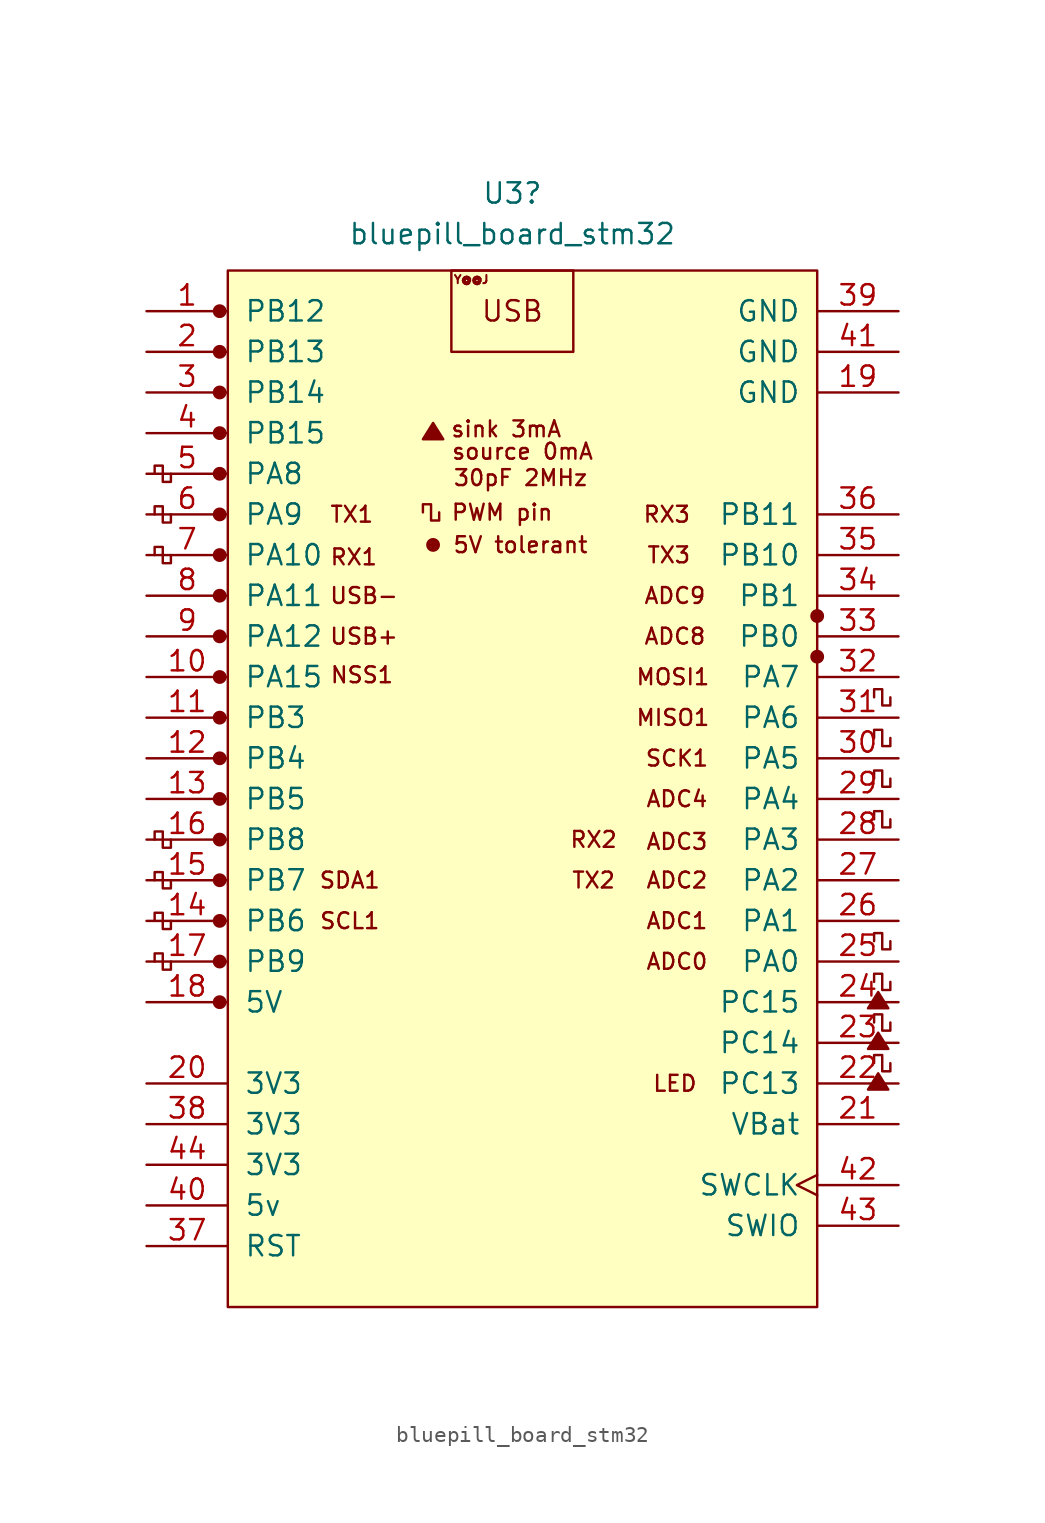
<source format=kicad_sym>
(kicad_symbol_lib
  (version 20211014)
  (generator kicad_symbol_editor)
  (symbol "bluepill_board_stm32"
    (pin_names
      (offset 1.016))
    (property "Reference" "U3"
      (at 0 30.226 0)
      (effects (font (size 1.27 1.27))))
    (property "Value" "bluepill_board_stm32"
      (at 0 27.686 0)
      (effects (font (size 1.27 1.27))))
    (symbol "bluepill_board_stm32_0_0"
      (circle (center -18.288 -20.32) (radius 0.356) (stroke (width 0) (type default) (color 0 0 0 0)) (fill (type outline)))
      (circle (center -18.288 -17.78) (radius 0.356) (stroke (width 0) (type default) (color 0 0 0 0)) (fill (type outline)))
      (circle (center -18.288 -15.24) (radius 0.356) (stroke (width 0) (type default) (color 0 0 0 0)) (fill (type outline)))
      (circle (center -18.288 -12.7) (radius 0.356) (stroke (width 0) (type default) (color 0 0 0 0)) (fill (type outline)))
      (circle (center -18.288 -10.16) (radius 0.356) (stroke (width 0) (type default) (color 0 0 0 0)) (fill (type outline)))
      (circle (center -18.288 -7.62) (radius 0.356) (stroke (width 0) (type default) (color 0 0 0 0)) (fill (type outline)))
      (circle (center -18.288 -5.08) (radius 0.356) (stroke (width 0) (type default) (color 0 0 0 0)) (fill (type outline)))
      (circle (center -18.288 -2.54) (radius 0.356) (stroke (width 0) (type default) (color 0 0 0 0)) (fill (type outline)))
      (circle (center -18.288 0) (radius 0.356) (stroke (width 0) (type default) (color 0 0 0 0)) (fill (type outline)))
      (circle (center -18.288 2.54) (radius 0.356) (stroke (width 0) (type default) (color 0 0 0 0)) (fill (type outline)))
      (circle (center -18.288 5.08) (radius 0.356) (stroke (width 0) (type default) (color 0 0 0 0)) (fill (type outline)))
      (circle (center -18.288 7.62) (radius 0.356) (stroke (width 0) (type default) (color 0 0 0 0)) (fill (type outline)))
      (circle (center -18.288 10.16) (radius 0.356) (stroke (width 0) (type default) (color 0 0 0 0)) (fill (type outline)))
      (circle (center -18.288 12.7) (radius 0.356) (stroke (width 0) (type default) (color 0 0 0 0)) (fill (type outline)))
      (circle (center -18.288 15.24) (radius 0.356) (stroke (width 0) (type default) (color 0 0 0 0)) (fill (type outline)))
      (circle (center -18.288 17.78) (radius 0.356) (stroke (width 0) (type default) (color 0 0 0 0)) (fill (type outline)))
      (circle (center -18.288 22.86) (radius 0.356) (stroke (width 0) (type default) (color 0 0 0 0)) (fill (type outline)))
      (circle (center -4.953 8.255) (radius 0.127) (stroke (width 0) (type default) (color 0 0 0 0)) (fill (type outline)))
      (circle (center -4.953 8.255) (radius 0.254) (stroke (width 0) (type default) (color 0 0 0 0)) (fill (type none)))
      (circle (center -4.953 8.255) (radius 0.356) (stroke (width 0) (type default) (color 0 0 0 0)) (fill (type none)))
      (polyline (pts (xy -5.588 14.859) (xy -4.953 15.875) (xy -4.318 14.859) (xy -5.588 14.859) (xy -4.953 15.748) (xy -4.445 14.859) (xy -5.461 14.986) (xy -4.953 15.621) (xy -4.572 14.859) (xy -5.334 15.113) (xy -4.826 15.494) (xy -4.699 14.859) (xy -5.207 15.24) (xy -4.699 15.367) (xy -4.826 14.986) (xy -5.08 15.24) (xy -4.826 15.113) (xy -4.953 15.367)) (stroke (width 0) (type default) (color 0 0 0 0)) (fill (type none)))
      (polyline (pts (xy 22.225 -25.781) (xy 22.86 -24.765) (xy 23.495 -25.781) (xy 22.225 -25.781) (xy 22.86 -24.892) (xy 23.368 -25.781) (xy 22.352 -25.654) (xy 22.86 -25.019) (xy 23.241 -25.781) (xy 22.479 -25.527) (xy 22.987 -25.146) (xy 23.114 -25.781) (xy 22.606 -25.4) (xy 23.114 -25.273) (xy 22.987 -25.654) (xy 22.733 -25.4) (xy 22.987 -25.527) (xy 22.86 -25.273)) (stroke (width 0) (type default) (color 0 0 0 0)) (fill (type none)))
      (polyline (pts (xy 22.225 -23.241) (xy 22.86 -22.225) (xy 23.495 -23.241) (xy 22.225 -23.241) (xy 22.86 -22.352) (xy 23.368 -23.241) (xy 22.352 -23.114) (xy 22.86 -22.479) (xy 23.241 -23.241) (xy 22.479 -22.987) (xy 22.987 -22.606) (xy 23.114 -23.241) (xy 22.606 -22.86) (xy 23.114 -22.733) (xy 22.987 -23.114) (xy 22.733 -22.86) (xy 22.987 -22.987) (xy 22.86 -22.733)) (stroke (width 0) (type default) (color 0 0 0 0)) (fill (type none)))
      (polyline (pts (xy 22.225 -20.701) (xy 22.86 -19.685) (xy 23.495 -20.701) (xy 22.225 -20.701) (xy 22.86 -19.812) (xy 23.368 -20.701) (xy 22.352 -20.574) (xy 22.86 -19.939) (xy 23.241 -20.701) (xy 22.479 -20.447) (xy 22.987 -20.066) (xy 23.114 -20.701) (xy 22.606 -20.32) (xy 23.114 -20.193) (xy 22.987 -20.574) (xy 22.733 -20.32) (xy 22.987 -20.447) (xy 22.86 -20.193)) (stroke (width 0) (type default) (color 0 0 0 0)) (fill (type none)))
      (circle (center 19.05 1.27) (radius 0.254) (stroke (width 0) (type default) (color 0 0 0 0)) (fill (type outline)))
      (circle (center 19.05 1.27) (radius 0.356) (stroke (width 0) (type default) (color 0 0 0 0)) (fill (type none)))
      (circle (center 19.05 3.81) (radius 0.254) (stroke (width 0) (type default) (color 0 0 0 0)) (fill (type outline)))
      (circle (center 19.05 3.81) (radius 0.356) (stroke (width 0) (type default) (color 0 0 0 0)) (fill (type none)))
      (text "30pF 2MHz" (at 0.508 12.446 0) (effects (font (size 0.991 0.991))))
      (text "5V tolerant" (at 0.508 8.255 0) (effects (font (size 0.991 0.991))))
      (text "ADC0" (at 10.287 -17.78 0) (effects (font (size 0.991 0.991))))
      (text "ADC1" (at 10.287 -15.24 0) (effects (font (size 0.991 0.991))))
      (text "ADC2" (at 10.287 -12.7 0) (effects (font (size 0.991 0.991))))
      (text "ADC3" (at 10.287 -10.287 0) (effects (font (size 0.991 0.991))))
      (text "ADC4" (at 10.287 -7.62 0) (effects (font (size 0.991 0.991))))
      (text "ADC8" (at 10.16 2.54 0) (effects (font (size 0.991 0.991))))
      (text "ADC9" (at 10.16 5.08 0) (effects (font (size 0.991 0.991))))
      (text "LED" (at 10.16 -25.4 0) (effects (font (size 0.991 0.991))))
      (text "MISO1" (at 10.033 -2.54 0) (effects (font (size 0.991 0.991))))
      (text "MOSI1" (at 10.033 0 0) (effects (font (size 0.991 0.991))))
      (text "NSS1" (at -9.398 0.127 0) (effects (font (size 0.991 0.991))))
      (text "PWM pin" (at -0.635 10.287 0) (effects (font (size 0.991 0.991))))
      (text "RX1" (at -9.906 7.493 0) (effects (font (size 0.991 0.991))))
      (text "RX2" (at 5.08 -10.16 0) (effects (font (size 0.991 0.991))))
      (text "RX3" (at 9.652 10.16 0) (effects (font (size 0.991 0.991))))
      (text "SCK1" (at 10.287 -5.08 0) (effects (font (size 0.991 0.991))))
      (text "SCL1" (at -10.16 -15.24 0) (effects (font (size 0.991 0.991))))
      (text "SDA1" (at -10.16 -12.7 0) (effects (font (size 0.991 0.991))))
      (text "sink 3mA" (at -0.381 15.494 0) (effects (font (size 0.991 0.991))))
      (text "source 0mA" (at 0.635 14.097 0) (effects (font (size 0.991 0.991))))
      (text "TX1" (at -10.033 10.16 0) (effects (font (size 0.991 0.991))))
      (text "TX2" (at 5.08 -12.7 0) (effects (font (size 0.991 0.991))))
      (text "TX3" (at 9.779 7.62 0) (effects (font (size 0.991 0.991))))
      (text "USB" (at 0 22.86 0) (effects (font (size 1.27 1.27))))
      (text "USB+" (at -9.271 2.54 0) (effects (font (size 0.991 0.991))))
      (text "USB-" (at -9.271 5.08 0) (effects (font (size 0.991 0.991))))
      (text "Y@@J" (at -2.565 24.841 0) (effects (font (size 0.508 0.508)))))
    (symbol "bluepill_board_stm32_0_1"
      (rectangle (start -17.78 25.4) (end 19.05 -39.37) (stroke (width 0) (type default) (color 0 0 0 0)) (fill (type background)))
      (polyline (pts (xy -21.336 -17.78) (xy -21.336 -18.288) (xy -21.844 -18.288) (xy -21.844 -17.272) (xy -22.352 -17.272) (xy -22.352 -17.78)) (stroke (width 0) (type default) (color 0 0 0 0)) (fill (type none)))
      (polyline (pts (xy -21.336 -15.24) (xy -21.336 -15.748) (xy -21.844 -15.748) (xy -21.844 -14.732) (xy -22.352 -14.732) (xy -22.352 -15.24)) (stroke (width 0) (type default) (color 0 0 0 0)) (fill (type none)))
      (polyline (pts (xy -21.336 -12.7) (xy -21.336 -13.208) (xy -21.844 -13.208) (xy -21.844 -12.192) (xy -22.352 -12.192) (xy -22.352 -12.7)) (stroke (width 0) (type default) (color 0 0 0 0)) (fill (type none)))
      (polyline (pts (xy -21.336 -10.16) (xy -21.336 -10.668) (xy -21.844 -10.668) (xy -21.844 -9.652) (xy -22.352 -9.652) (xy -22.352 -10.16)) (stroke (width 0) (type default) (color 0 0 0 0)) (fill (type none)))
      (polyline (pts (xy -21.336 7.62) (xy -21.336 7.112) (xy -21.844 7.112) (xy -21.844 8.128) (xy -22.352 8.128) (xy -22.352 7.62)) (stroke (width 0) (type default) (color 0 0 0 0)) (fill (type none)))
      (polyline (pts (xy -21.336 10.16) (xy -21.336 9.652) (xy -21.844 9.652) (xy -21.844 10.668) (xy -22.352 10.668) (xy -22.352 10.16)) (stroke (width 0) (type default) (color 0 0 0 0)) (fill (type none)))
      (polyline (pts (xy -21.336 12.7) (xy -21.336 12.192) (xy -21.844 12.192) (xy -21.844 13.208) (xy -22.352 13.208) (xy -22.352 12.7)) (stroke (width 0) (type default) (color 0 0 0 0)) (fill (type none)))
      (polyline (pts (xy -4.572 10.287) (xy -4.572 9.779) (xy -5.08 9.779) (xy -5.08 10.795) (xy -5.588 10.795) (xy -5.588 10.287)) (stroke (width 0) (type default) (color 0 0 0 0)) (fill (type none)))
      (polyline (pts (xy 23.622 -24.13) (xy 23.622 -24.638) (xy 23.114 -24.638) (xy 23.114 -23.622) (xy 22.606 -23.622) (xy 22.606 -24.13)) (stroke (width 0) (type default) (color 0 0 0 0)) (fill (type none)))
      (polyline (pts (xy 23.622 -21.59) (xy 23.622 -22.098) (xy 23.114 -22.098) (xy 23.114 -21.082) (xy 22.606 -21.082) (xy 22.606 -21.59)) (stroke (width 0) (type default) (color 0 0 0 0)) (fill (type none)))
      (polyline (pts (xy 23.622 -19.05) (xy 23.622 -19.558) (xy 23.114 -19.558) (xy 23.114 -18.542) (xy 22.606 -18.542) (xy 22.606 -19.05)) (stroke (width 0) (type default) (color 0 0 0 0)) (fill (type none)))
      (polyline (pts (xy 23.622 -16.51) (xy 23.622 -17.018) (xy 23.114 -17.018) (xy 23.114 -16.002) (xy 22.606 -16.002) (xy 22.606 -16.51)) (stroke (width 0) (type default) (color 0 0 0 0)) (fill (type none)))
      (polyline (pts (xy 23.622 -8.89) (xy 23.622 -9.398) (xy 23.114 -9.398) (xy 23.114 -8.382) (xy 22.606 -8.382) (xy 22.606 -8.89)) (stroke (width 0) (type default) (color 0 0 0 0)) (fill (type none)))
      (polyline (pts (xy 23.622 -6.35) (xy 23.622 -6.858) (xy 23.114 -6.858) (xy 23.114 -5.842) (xy 22.606 -5.842) (xy 22.606 -6.35)) (stroke (width 0) (type default) (color 0 0 0 0)) (fill (type none)))
      (polyline (pts (xy 23.622 -3.81) (xy 23.622 -4.318) (xy 23.114 -4.318) (xy 23.114 -3.302) (xy 22.606 -3.302) (xy 22.606 -3.81)) (stroke (width 0) (type default) (color 0 0 0 0)) (fill (type none)))
      (polyline (pts (xy 23.622 -1.27) (xy 23.622 -1.778) (xy 23.114 -1.778) (xy 23.114 -0.762) (xy 22.606 -0.762) (xy 22.606 -1.27)) (stroke (width 0) (type default) (color 0 0 0 0)) (fill (type none)))
      (rectangle (start 3.81 25.4) (end -3.81 20.32) (stroke (width 0) (type default) (color 0 0 0 0)) (fill (type none))))
    (symbol "bluepill_board_stm32_1_1"
      (circle (center -18.288 20.32) (radius 0.356) (stroke (width 0) (type default) (color 0 0 0 0)) (fill (type outline)))
      (pin bidirectional line (at -22.86 22.86 0) (length 5.08) (name "PB12" (effects (font (size 1.27 1.27)))) (number "1" (effects (font (size 1.27 1.27)))))
      (pin bidirectional line (at -22.86 0 0) (length 5.08) (name "PA15" (effects (font (size 1.27 1.27)))) (number "10" (effects (font (size 1.27 1.27)))))
      (pin bidirectional line (at -22.86 -2.54 0) (length 5.08) (name "PB3" (effects (font (size 1.27 1.27)))) (number "11" (effects (font (size 1.27 1.27)))))
      (pin bidirectional line (at -22.86 -5.08 0) (length 5.08) (name "PB4" (effects (font (size 1.27 1.27)))) (number "12" (effects (font (size 1.27 1.27)))))
      (pin bidirectional line (at -22.86 -7.62 0) (length 5.08) (name "PB5" (effects (font (size 1.27 1.27)))) (number "13" (effects (font (size 1.27 1.27)))))
      (pin bidirectional line (at -22.86 -15.24 0) (length 5.08) (name "PB6" (effects (font (size 1.27 1.27)))) (number "14" (effects (font (size 1.27 1.27)))))
      (pin bidirectional line (at -22.86 -12.7 0) (length 5.08) (name "PB7" (effects (font (size 1.27 1.27)))) (number "15" (effects (font (size 1.27 1.27)))))
      (pin bidirectional line (at -22.86 -10.16 0) (length 5.08) (name "PB8" (effects (font (size 1.27 1.27)))) (number "16" (effects (font (size 1.27 1.27)))))
      (pin bidirectional line (at -22.86 -17.78 0) (length 5.08) (name "PB9" (effects (font (size 1.27 1.27)))) (number "17" (effects (font (size 1.27 1.27)))))
      (pin power_in line (at -22.86 -20.32 0) (length 5.08) (name "5V" (effects (font (size 1.27 1.27)))) (number "18" (effects (font (size 1.27 1.27)))))
      (pin power_in line (at 24.13 17.78 180) (length 5.08) (name "GND" (effects (font (size 1.27 1.27)))) (number "19" (effects (font (size 1.27 1.27)))))
      (pin bidirectional line (at -22.86 20.32 0) (length 5.08) (name "PB13" (effects (font (size 1.27 1.27)))) (number "2" (effects (font (size 1.27 1.27)))))
      (pin power_in line (at -22.86 -25.4 0) (length 5.08) (name "3V3" (effects (font (size 1.27 1.27)))) (number "20" (effects (font (size 1.27 1.27)))))
      (pin power_in line (at 24.13 -27.94 180) (length 5.08) (name "VBat" (effects (font (size 1.27 1.27)))) (number "21" (effects (font (size 1.27 1.27)))))
      (pin bidirectional line (at 24.13 -25.4 180) (length 5.08) (name "PC13" (effects (font (size 1.27 1.27)))) (number "22" (effects (font (size 1.27 1.27)))))
      (pin bidirectional line (at 24.13 -22.86 180) (length 5.08) (name "PC14" (effects (font (size 1.27 1.27)))) (number "23" (effects (font (size 1.27 1.27)))))
      (pin bidirectional line (at 24.13 -20.32 180) (length 5.08) (name "PC15" (effects (font (size 1.27 1.27)))) (number "24" (effects (font (size 1.27 1.27)))))
      (pin bidirectional line (at 24.13 -17.78 180) (length 5.08) (name "PA0" (effects (font (size 1.27 1.27)))) (number "25" (effects (font (size 1.27 1.27)))))
      (pin bidirectional line (at 24.13 -15.24 180) (length 5.08) (name "PA1" (effects (font (size 1.27 1.27)))) (number "26" (effects (font (size 1.27 1.27)))))
      (pin bidirectional line (at 24.13 -12.7 180) (length 5.08) (name "PA2" (effects (font (size 1.27 1.27)))) (number "27" (effects (font (size 1.27 1.27)))))
      (pin bidirectional line (at 24.13 -10.16 180) (length 5.08) (name "PA3" (effects (font (size 1.27 1.27)))) (number "28" (effects (font (size 1.27 1.27)))))
      (pin bidirectional line (at 24.13 -7.62 180) (length 5.08) (name "PA4" (effects (font (size 1.27 1.27)))) (number "29" (effects (font (size 1.27 1.27)))))
      (pin bidirectional line (at -22.86 17.78 0) (length 5.08) (name "PB14" (effects (font (size 1.27 1.27)))) (number "3" (effects (font (size 1.27 1.27)))))
      (pin bidirectional line (at 24.13 -5.08 180) (length 5.08) (name "PA5" (effects (font (size 1.27 1.27)))) (number "30" (effects (font (size 1.27 1.27)))))
      (pin bidirectional line (at 24.13 -2.54 180) (length 5.08) (name "PA6" (effects (font (size 1.27 1.27)))) (number "31" (effects (font (size 1.27 1.27)))))
      (pin bidirectional line (at 24.13 0 180) (length 5.08) (name "PA7" (effects (font (size 1.27 1.27)))) (number "32" (effects (font (size 1.27 1.27)))))
      (pin bidirectional line (at 24.13 2.54 180) (length 5.08) (name "PB0" (effects (font (size 1.27 1.27)))) (number "33" (effects (font (size 1.27 1.27)))))
      (pin bidirectional line (at 24.13 5.08 180) (length 5.08) (name "PB1" (effects (font (size 1.27 1.27)))) (number "34" (effects (font (size 1.27 1.27)))))
      (pin bidirectional line (at 24.13 7.62 180) (length 5.08) (name "PB10" (effects (font (size 1.27 1.27)))) (number "35" (effects (font (size 1.27 1.27)))))
      (pin bidirectional line (at 24.13 10.16 180) (length 5.08) (name "PB11" (effects (font (size 1.27 1.27)))) (number "36" (effects (font (size 1.27 1.27)))))
      (pin input line (at -22.86 -35.56 0) (length 5.08) (name "RST" (effects (font (size 1.27 1.27)))) (number "37" (effects (font (size 1.27 1.27)))))
      (pin power_in line (at -22.86 -27.94 0) (length 5.08) (name "3V3" (effects (font (size 1.27 1.27)))) (number "38" (effects (font (size 1.27 1.27)))))
      (pin power_in line (at 24.13 22.86 180) (length 5.08) (name "GND" (effects (font (size 1.27 1.27)))) (number "39" (effects (font (size 1.27 1.27)))))
      (pin bidirectional line (at -22.86 15.24 0) (length 5.08) (name "PB15" (effects (font (size 1.27 1.27)))) (number "4" (effects (font (size 1.27 1.27)))))
      (pin power_in line (at -22.86 -33.02 0) (length 5.08) (name "5v" (effects (font (size 1.27 1.27)))) (number "40" (effects (font (size 1.27 1.27)))))
      (pin power_in line (at 24.13 20.32 180) (length 5.08) (name "GND" (effects (font (size 1.27 1.27)))) (number "41" (effects (font (size 1.27 1.27)))))
      (pin bidirectional clock (at 24.13 -31.75 180) (length 5.08) (name "SWCLK" (effects (font (size 1.27 1.27)))) (number "42" (effects (font (size 1.27 1.27)))))
      (pin bidirectional line (at 24.13 -34.29 180) (length 5.08) (name "SWIO" (effects (font (size 1.27 1.27)))) (number "43" (effects (font (size 1.27 1.27)))))
      (pin power_in line (at -22.86 -30.48 0) (length 5.08) (name "3V3" (effects (font (size 1.27 1.27)))) (number "44" (effects (font (size 1.27 1.27)))))
      (pin bidirectional line (at -22.86 12.7 0) (length 5.08) (name "PA8" (effects (font (size 1.27 1.27)))) (number "5" (effects (font (size 1.27 1.27)))))
      (pin bidirectional line (at -22.86 10.16 0) (length 5.08) (name "PA9" (effects (font (size 1.27 1.27)))) (number "6" (effects (font (size 1.27 1.27)))))
      (pin bidirectional line (at -22.86 7.62 0) (length 5.08) (name "PA10" (effects (font (size 1.27 1.27)))) (number "7" (effects (font (size 1.27 1.27)))))
      (pin bidirectional line (at -22.86 5.08 0) (length 5.08) (name "PA11" (effects (font (size 1.27 1.27)))) (number "8" (effects (font (size 1.27 1.27)))))
      (pin bidirectional line (at -22.86 2.54 0) (length 5.08) (name "PA12" (effects (font (size 1.27 1.27)))) (number "9" (effects (font (size 1.27 1.27))))))))
</source>
